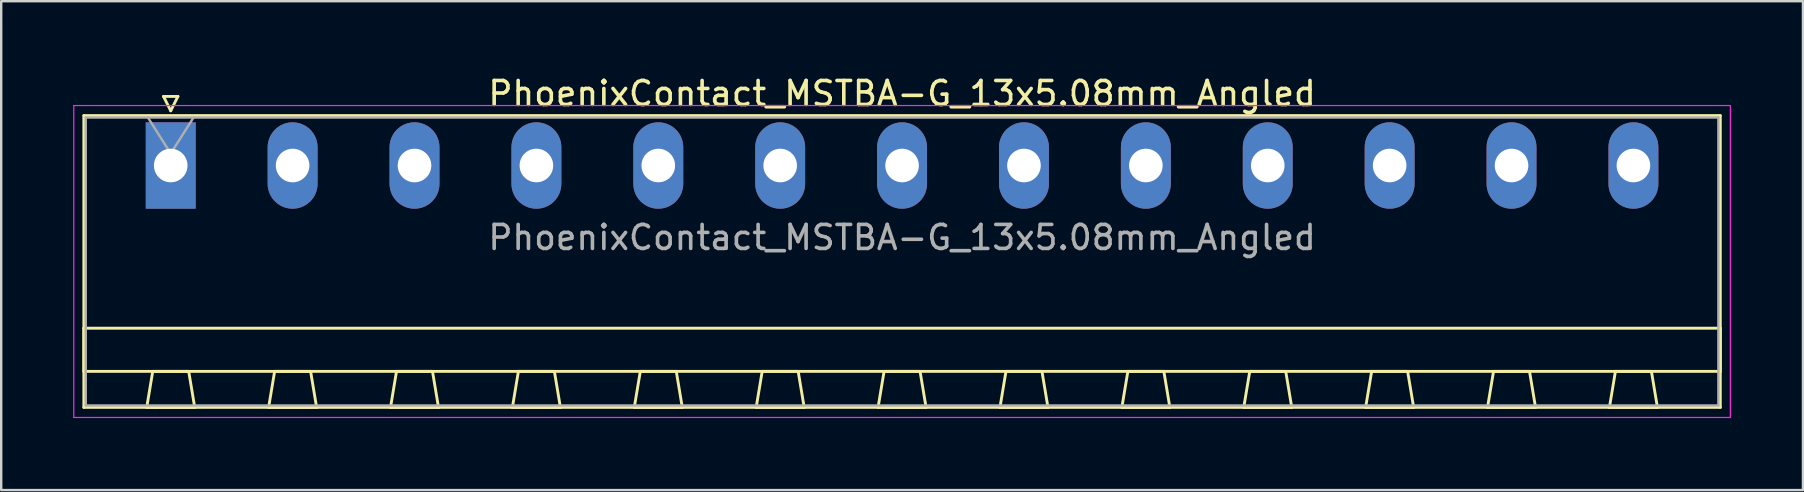
<source format=kicad_pcb>
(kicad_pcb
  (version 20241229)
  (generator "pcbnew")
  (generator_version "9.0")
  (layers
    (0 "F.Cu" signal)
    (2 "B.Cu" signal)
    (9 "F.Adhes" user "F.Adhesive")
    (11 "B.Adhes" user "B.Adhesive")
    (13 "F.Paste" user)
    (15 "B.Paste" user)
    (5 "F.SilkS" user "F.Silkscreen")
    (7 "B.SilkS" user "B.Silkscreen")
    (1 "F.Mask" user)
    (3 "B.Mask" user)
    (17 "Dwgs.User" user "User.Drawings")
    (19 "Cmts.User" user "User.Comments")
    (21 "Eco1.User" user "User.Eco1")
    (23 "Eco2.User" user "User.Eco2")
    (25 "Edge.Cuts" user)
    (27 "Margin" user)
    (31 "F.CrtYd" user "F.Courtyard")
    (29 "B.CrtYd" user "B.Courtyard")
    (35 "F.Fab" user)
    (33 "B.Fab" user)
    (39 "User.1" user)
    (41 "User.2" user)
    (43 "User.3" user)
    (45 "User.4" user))
  (footprint "PhoenixContact_MSTBA-G_13x5.08mm_Angled"
    (layer "F.Cu")
    (at 4.065 3.848)
    (property "Reference" "PhoenixContact_MSTBA-G_13x5.08mm_Angled" (at 30.48 -3 0) (layer "F.SilkS") (effects (font (size 1 1) (thickness 0.15))))
    (attr through_hole)
    (fp_line (start -3.62 -2.08) (end -3.62 10.08) (stroke (width 0.12) (type solid)) (layer "F.SilkS"))
    (fp_line (start -3.62 6.78) (end 64.58 6.78) (stroke (width 0.12) (type solid)) (layer "F.SilkS"))
    (fp_line (start -3.62 8.58) (end -3.62 6.78) (stroke (width 0.12) (type solid)) (layer "F.SilkS"))
    (fp_line (start -3.62 10.08) (end 64.58 10.08) (stroke (width 0.12) (type solid)) (layer "F.SilkS"))
    (fp_line (start -1 10.08) (end 1 10.08) (stroke (width 0.12) (type solid)) (layer "F.SilkS"))
    (fp_line (start -0.75 8.58) (end -1 10.08) (stroke (width 0.12) (type solid)) (layer "F.SilkS"))
    (fp_line (start -0.3 -2.88) (end 0.3 -2.88) (stroke (width 0.12) (type solid)) (layer "F.SilkS"))
    (fp_line (start 0 -2.28) (end -0.3 -2.88) (stroke (width 0.12) (type solid)) (layer "F.SilkS"))
    (fp_line (start 0.3 -2.88) (end 0 -2.28) (stroke (width 0.12) (type solid)) (layer "F.SilkS"))
    (fp_line (start 0.75 8.58) (end -0.75 8.58) (stroke (width 0.12) (type solid)) (layer "F.SilkS"))
    (fp_line (start 1 10.08) (end 0.75 8.58) (stroke (width 0.12) (type solid)) (layer "F.SilkS"))
    (fp_line (start 4.08 10.08) (end 6.08 10.08) (stroke (width 0.12) (type solid)) (layer "F.SilkS"))
    (fp_line (start 4.33 8.58) (end 4.08 10.08) (stroke (width 0.12) (type solid)) (layer "F.SilkS"))
    (fp_line (start 5.83 8.58) (end 4.33 8.58) (stroke (width 0.12) (type solid)) (layer "F.SilkS"))
    (fp_line (start 6.08 10.08) (end 5.83 8.58) (stroke (width 0.12) (type solid)) (layer "F.SilkS"))
    (fp_line (start 9.16 10.08) (end 11.16 10.08) (stroke (width 0.12) (type solid)) (layer "F.SilkS"))
    (fp_line (start 9.41 8.58) (end 9.16 10.08) (stroke (width 0.12) (type solid)) (layer "F.SilkS"))
    (fp_line (start 10.91 8.58) (end 9.41 8.58) (stroke (width 0.12) (type solid)) (layer "F.SilkS"))
    (fp_line (start 11.16 10.08) (end 10.91 8.58) (stroke (width 0.12) (type solid)) (layer "F.SilkS"))
    (fp_line (start 14.24 10.08) (end 16.24 10.08) (stroke (width 0.12) (type solid)) (layer "F.SilkS"))
    (fp_line (start 14.49 8.58) (end 14.24 10.08) (stroke (width 0.12) (type solid)) (layer "F.SilkS"))
    (fp_line (start 15.99 8.58) (end 14.49 8.58) (stroke (width 0.12) (type solid)) (layer "F.SilkS"))
    (fp_line (start 16.24 10.08) (end 15.99 8.58) (stroke (width 0.12) (type solid)) (layer "F.SilkS"))
    (fp_line (start 19.32 10.08) (end 21.32 10.08) (stroke (width 0.12) (type solid)) (layer "F.SilkS"))
    (fp_line (start 19.57 8.58) (end 19.32 10.08) (stroke (width 0.12) (type solid)) (layer "F.SilkS"))
    (fp_line (start 21.07 8.58) (end 19.57 8.58) (stroke (width 0.12) (type solid)) (layer "F.SilkS"))
    (fp_line (start 21.32 10.08) (end 21.07 8.58) (stroke (width 0.12) (type solid)) (layer "F.SilkS"))
    (fp_line (start 24.4 10.08) (end 26.4 10.08) (stroke (width 0.12) (type solid)) (layer "F.SilkS"))
    (fp_line (start 24.65 8.58) (end 24.4 10.08) (stroke (width 0.12) (type solid)) (layer "F.SilkS"))
    (fp_line (start 26.15 8.58) (end 24.65 8.58) (stroke (width 0.12) (type solid)) (layer "F.SilkS"))
    (fp_line (start 26.4 10.08) (end 26.15 8.58) (stroke (width 0.12) (type solid)) (layer "F.SilkS"))
    (fp_line (start 29.48 10.08) (end 31.48 10.08) (stroke (width 0.12) (type solid)) (layer "F.SilkS"))
    (fp_line (start 29.73 8.58) (end 29.48 10.08) (stroke (width 0.12) (type solid)) (layer "F.SilkS"))
    (fp_line (start 31.23 8.58) (end 29.73 8.58) (stroke (width 0.12) (type solid)) (layer "F.SilkS"))
    (fp_line (start 31.48 10.08) (end 31.23 8.58) (stroke (width 0.12) (type solid)) (layer "F.SilkS"))
    (fp_line (start 34.56 10.08) (end 36.56 10.08) (stroke (width 0.12) (type solid)) (layer "F.SilkS"))
    (fp_line (start 34.81 8.58) (end 34.56 10.08) (stroke (width 0.12) (type solid)) (layer "F.SilkS"))
    (fp_line (start 36.31 8.58) (end 34.81 8.58) (stroke (width 0.12) (type solid)) (layer "F.SilkS"))
    (fp_line (start 36.56 10.08) (end 36.31 8.58) (stroke (width 0.12) (type solid)) (layer "F.SilkS"))
    (fp_line (start 39.64 10.08) (end 41.64 10.08) (stroke (width 0.12) (type solid)) (layer "F.SilkS"))
    (fp_line (start 39.89 8.58) (end 39.64 10.08) (stroke (width 0.12) (type solid)) (layer "F.SilkS"))
    (fp_line (start 41.39 8.58) (end 39.89 8.58) (stroke (width 0.12) (type solid)) (layer "F.SilkS"))
    (fp_line (start 41.64 10.08) (end 41.39 8.58) (stroke (width 0.12) (type solid)) (layer "F.SilkS"))
    (fp_line (start 44.72 10.08) (end 46.72 10.08) (stroke (width 0.12) (type solid)) (layer "F.SilkS"))
    (fp_line (start 44.97 8.58) (end 44.72 10.08) (stroke (width 0.12) (type solid)) (layer "F.SilkS"))
    (fp_line (start 46.47 8.58) (end 44.97 8.58) (stroke (width 0.12) (type solid)) (layer "F.SilkS"))
    (fp_line (start 46.72 10.08) (end 46.47 8.58) (stroke (width 0.12) (type solid)) (layer "F.SilkS"))
    (fp_line (start 49.8 10.08) (end 51.8 10.08) (stroke (width 0.12) (type solid)) (layer "F.SilkS"))
    (fp_line (start 50.05 8.58) (end 49.8 10.08) (stroke (width 0.12) (type solid)) (layer "F.SilkS"))
    (fp_line (start 51.55 8.58) (end 50.05 8.58) (stroke (width 0.12) (type solid)) (layer "F.SilkS"))
    (fp_line (start 51.8 10.08) (end 51.55 8.58) (stroke (width 0.12) (type solid)) (layer "F.SilkS"))
    (fp_line (start 54.88 10.08) (end 56.88 10.08) (stroke (width 0.12) (type solid)) (layer "F.SilkS"))
    (fp_line (start 55.13 8.58) (end 54.88 10.08) (stroke (width 0.12) (type solid)) (layer "F.SilkS"))
    (fp_line (start 56.63 8.58) (end 55.13 8.58) (stroke (width 0.12) (type solid)) (layer "F.SilkS"))
    (fp_line (start 56.88 10.08) (end 56.63 8.58) (stroke (width 0.12) (type solid)) (layer "F.SilkS"))
    (fp_line (start 59.96 10.08) (end 61.96 10.08) (stroke (width 0.12) (type solid)) (layer "F.SilkS"))
    (fp_line (start 60.21 8.58) (end 59.96 10.08) (stroke (width 0.12) (type solid)) (layer "F.SilkS"))
    (fp_line (start 61.71 8.58) (end 60.21 8.58) (stroke (width 0.12) (type solid)) (layer "F.SilkS"))
    (fp_line (start 61.96 10.08) (end 61.71 8.58) (stroke (width 0.12) (type solid)) (layer "F.SilkS"))
    (fp_line (start 64.58 -2.08) (end -3.62 -2.08) (stroke (width 0.12) (type solid)) (layer "F.SilkS"))
    (fp_line (start 64.58 6.78) (end 64.58 8.58) (stroke (width 0.12) (type solid)) (layer "F.SilkS"))
    (fp_line (start 64.58 8.58) (end -3.62 8.58) (stroke (width 0.12) (type solid)) (layer "F.SilkS"))
    (fp_line (start 64.58 10.08) (end 64.58 -2.08) (stroke (width 0.12) (type solid)) (layer "F.SilkS"))
    (fp_line (start -4.04 -2.5) (end -4.04 10.5) (stroke (width 0.05) (type solid)) (layer "F.CrtYd"))
    (fp_line (start -4.04 10.5) (end 65 10.5) (stroke (width 0.05) (type solid)) (layer "F.CrtYd"))
    (fp_line (start 65 -2.5) (end -4.04 -2.5) (stroke (width 0.05) (type solid)) (layer "F.CrtYd"))
    (fp_line (start 65 10.5) (end 65 -2.5) (stroke (width 0.05) (type solid)) (layer "F.CrtYd"))
    (fp_line (start -3.54 -2) (end -3.54 10) (stroke (width 0.1) (type solid)) (layer "F.Fab"))
    (fp_line (start -3.54 10) (end 64.5 10) (stroke (width 0.1) (type solid)) (layer "F.Fab"))
    (fp_line (start 0 -0.5) (end -0.95 -2) (stroke (width 0.1) (type solid)) (layer "F.Fab"))
    (fp_line (start 0.95 -2) (end 0 -0.5) (stroke (width 0.1) (type solid)) (layer "F.Fab"))
    (fp_line (start 64.5 -2) (end -3.54 -2) (stroke (width 0.1) (type solid)) (layer "F.Fab"))
    (fp_line (start 64.5 10) (end 64.5 -2) (stroke (width 0.1) (type solid)) (layer "F.Fab"))
    (fp_text user "${REFERENCE}" (at 30.48 3 0) (layer "F.Fab") (effects (font (size 1 1) (thickness 0.15))))
    (pad "1" thru_hole rect (at 0 0) (size 2.08 3.6) (drill 1.4) (layers "*.Cu" "*.Mask"))
    (pad "2" thru_hole oval (at 5.08 0) (size 2.08 3.6) (drill 1.4) (layers "*.Cu" "*.Mask"))
    (pad "3" thru_hole oval (at 10.16 0) (size 2.08 3.6) (drill 1.4) (layers "*.Cu" "*.Mask"))
    (pad "4" thru_hole oval (at 15.24 0) (size 2.08 3.6) (drill 1.4) (layers "*.Cu" "*.Mask"))
    (pad "5" thru_hole oval (at 20.32 0) (size 2.08 3.6) (drill 1.4) (layers "*.Cu" "*.Mask"))
    (pad "6" thru_hole oval (at 25.4 0) (size 2.08 3.6) (drill 1.4) (layers "*.Cu" "*.Mask"))
    (pad "7" thru_hole oval (at 30.48 0) (size 2.08 3.6) (drill 1.4) (layers "*.Cu" "*.Mask"))
    (pad "8" thru_hole oval (at 35.56 0) (size 2.08 3.6) (drill 1.4) (layers "*.Cu" "*.Mask"))
    (pad "9" thru_hole oval (at 40.64 0) (size 2.08 3.6) (drill 1.4) (layers "*.Cu" "*.Mask"))
    (pad "10" thru_hole oval (at 45.72 0) (size 2.08 3.6) (drill 1.4) (layers "*.Cu" "*.Mask"))
    (pad "11" thru_hole oval (at 50.8 0) (size 2.08 3.6) (drill 1.4) (layers "*.Cu" "*.Mask"))
    (pad "12" thru_hole oval (at 55.88 0) (size 2.08 3.6) (drill 1.4) (layers "*.Cu" "*.Mask"))
    (pad "13" thru_hole oval (at 60.96 0) (size 2.08 3.6) (drill 1.4) (layers "*.Cu" "*.Mask")))
  (gr_rect
    (start -3 -3)
    (end 72.09 17.373)
    (stroke (width 0.1) (type default))
    (fill no)
    (layer "Edge.Cuts")))
</source>
